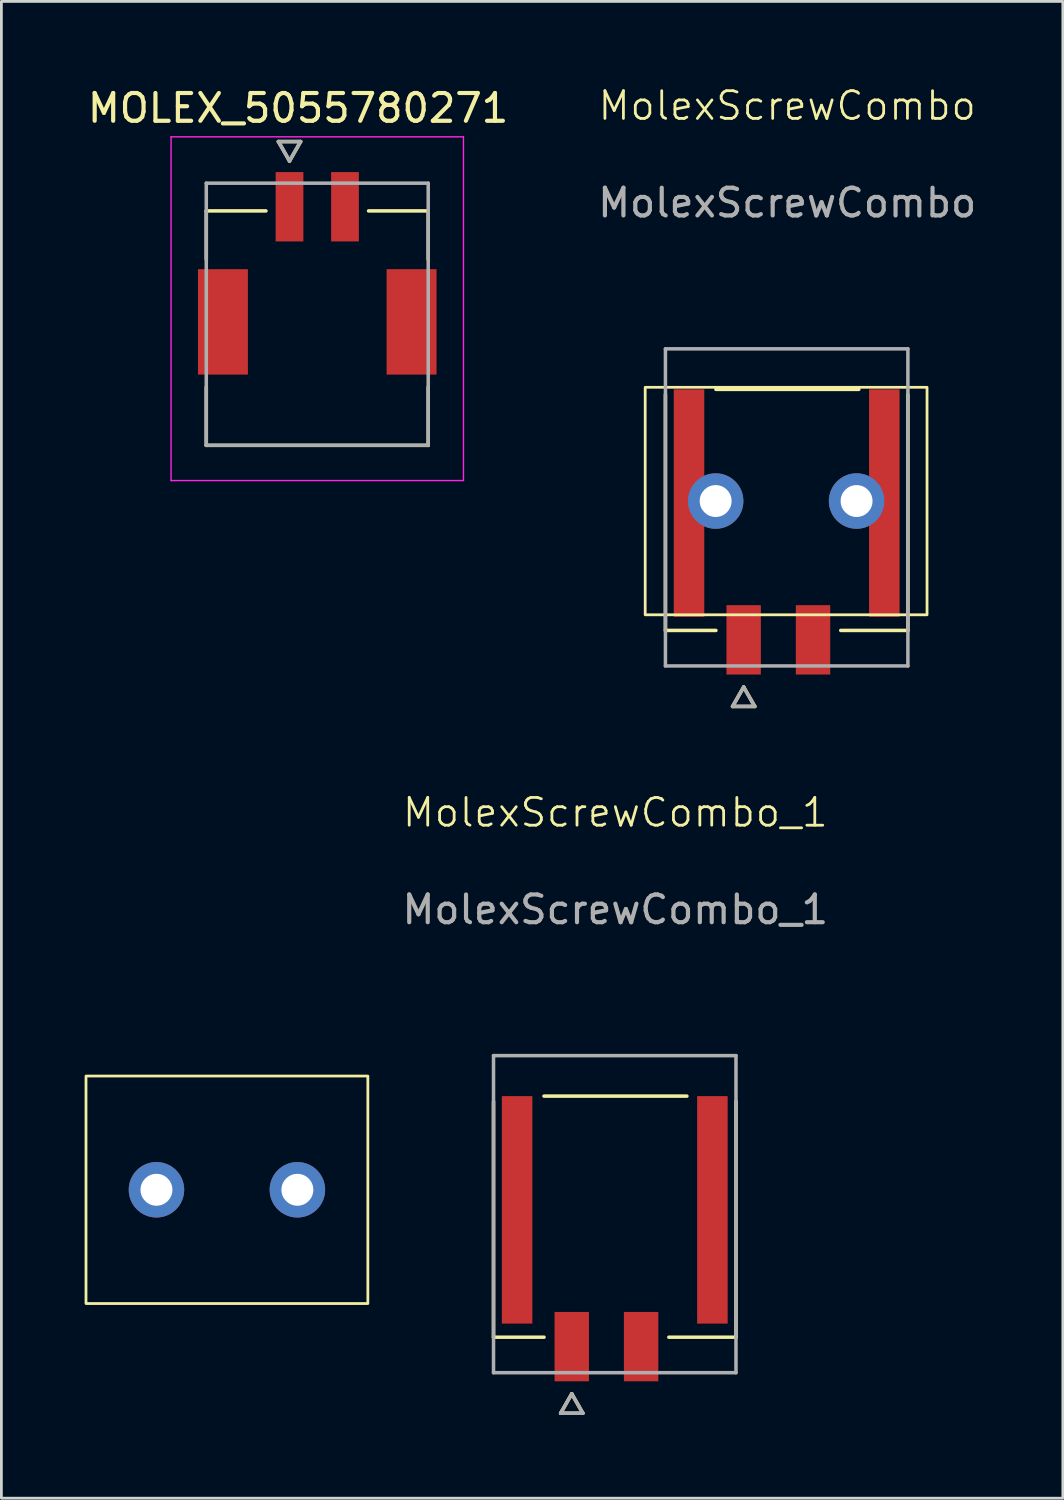
<source format=kicad_pcb>
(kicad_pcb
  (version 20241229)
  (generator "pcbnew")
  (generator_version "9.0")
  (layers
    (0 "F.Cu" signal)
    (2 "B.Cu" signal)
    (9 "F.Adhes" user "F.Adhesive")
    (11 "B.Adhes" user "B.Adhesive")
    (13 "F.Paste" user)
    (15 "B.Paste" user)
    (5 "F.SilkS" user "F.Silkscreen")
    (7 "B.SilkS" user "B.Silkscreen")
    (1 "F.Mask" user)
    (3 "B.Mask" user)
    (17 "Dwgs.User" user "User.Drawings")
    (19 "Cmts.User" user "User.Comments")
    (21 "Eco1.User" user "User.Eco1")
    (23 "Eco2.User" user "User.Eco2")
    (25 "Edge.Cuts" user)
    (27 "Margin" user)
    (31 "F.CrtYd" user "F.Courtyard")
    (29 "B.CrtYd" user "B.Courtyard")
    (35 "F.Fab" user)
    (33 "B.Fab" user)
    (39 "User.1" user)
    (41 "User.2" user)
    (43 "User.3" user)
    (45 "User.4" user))
  (footprint "MOLEX_5055780271"
    (layer "F.Cu")
    (at 8.386 8.278)
    (property "Reference" "MOLEX_5055780271" (at -0.69 -7.43 0) (layer "F.SilkS") (effects (font (size 1 1) (thickness 0.15))))
    (attr smd)
    (fp_poly (pts (xy -4.376 -1.701) (xy -2.424 -1.701) (xy -2.424 2.251) (xy -4.376 2.251)) (stroke (width 0.01) (type solid)) (fill yes) (layer "F.Mask"))
    (fp_poly (pts (xy -1.576 -5.201) (xy -0.424 -5.201) (xy -0.424 -2.549) (xy -1.576 -2.549)) (stroke (width 0.01) (type solid)) (fill yes) (layer "F.Mask"))
    (fp_poly (pts (xy 0.424 -5.201) (xy 1.576 -5.201) (xy 1.576 -2.549) (xy 0.424 -2.549)) (stroke (width 0.01) (type solid)) (fill yes) (layer "F.Mask"))
    (fp_poly (pts (xy 2.424 -1.701) (xy 4.376 -1.701) (xy 4.376 2.251) (xy 2.424 2.251)) (stroke (width 0.01) (type solid)) (fill yes) (layer "F.Mask"))
    (fp_line (start -4 -3.725) (end -4 -1.975) (stroke (width 0.127) (type solid)) (layer "F.SilkS"))
    (fp_line (start -4 4.725) (end -4 2.625) (stroke (width 0.127) (type solid)) (layer "F.SilkS"))
    (fp_line (start -1.85 -3.725) (end -4 -3.725) (stroke (width 0.127) (type solid)) (layer "F.SilkS"))
    (fp_line (start -1.4 -6.225) (end -0.6 -6.225) (stroke (width 0.127) (type solid)) (layer "F.SilkS"))
    (fp_line (start -1 -5.525) (end -1.4 -6.225) (stroke (width 0.127) (type solid)) (layer "F.SilkS"))
    (fp_line (start -0.6 -6.225) (end -1 -5.525) (stroke (width 0.127) (type solid)) (layer "F.SilkS"))
    (fp_line (start 4 -3.725) (end 1.85 -3.725) (stroke (width 0.127) (type solid)) (layer "F.SilkS"))
    (fp_line (start 4 -1.975) (end 4 -3.725) (stroke (width 0.127) (type solid)) (layer "F.SilkS"))
    (fp_line (start 4 4.725) (end -4 4.725) (stroke (width 0.127) (type solid)) (layer "F.SilkS"))
    (fp_line (start 4 4.725) (end 4 2.625) (stroke (width 0.127) (type solid)) (layer "F.SilkS"))
    (fp_line (start -5.27 -6.395) (end -5.27 5.995) (stroke (width 0.05) (type solid)) (layer "F.CrtYd"))
    (fp_line (start -5.27 -6.395) (end 5.27 -6.395) (stroke (width 0.05) (type solid)) (layer "F.CrtYd"))
    (fp_line (start -5.27 5.995) (end 5.27 5.995) (stroke (width 0.05) (type solid)) (layer "F.CrtYd"))
    (fp_line (start 5.27 5.995) (end 5.27 -6.395) (stroke (width 0.05) (type solid)) (layer "F.CrtYd"))
    (fp_line (start -4 -4.725) (end -4 4.725) (stroke (width 0.127) (type solid)) (layer "F.Fab"))
    (fp_line (start -4 4.725) (end 4 4.725) (stroke (width 0.127) (type solid)) (layer "F.Fab"))
    (fp_line (start -1.4 -6.225) (end -0.6 -6.225) (stroke (width 0.127) (type solid)) (layer "F.Fab"))
    (fp_line (start -1 -5.525) (end -1.4 -6.225) (stroke (width 0.127) (type solid)) (layer "F.Fab"))
    (fp_line (start -0.6 -6.225) (end -1 -5.525) (stroke (width 0.127) (type solid)) (layer "F.Fab"))
    (fp_line (start 4 -4.725) (end -4 -4.725) (stroke (width 0.127) (type solid)) (layer "F.Fab"))
    (fp_line (start 4 4.725) (end 4 -4.725) (stroke (width 0.127) (type solid)) (layer "F.Fab"))
    (pad "1" smd rect (at -1 -3.875) (size 1 2.5) (layers "F.Cu" "F.Paste"))
    (pad "2" smd rect (at 1 -3.875) (size 1 2.5) (layers "F.Cu" "F.Paste"))
    (pad "S1" smd rect (at -3.4 0.275) (size 1.8 3.8) (layers "F.Cu" "F.Paste"))
    (pad "S2" smd rect (at 3.4 0.275) (size 1.8 3.8) (layers "F.Cu" "F.Paste")))
  (footprint "MolexScrewCombo_1"
    (layer "F.Cu")
    (at 19.13 40.738)
    (property "Reference" "MolexScrewCombo_1" (at 0 -14.5 0) (unlocked yes) (layer "F.SilkS") (effects (font (size 1 1) (thickness 0.1))))
    (attr smd)
    (fp_rect (start -4.166 -4.352) (end -2.914 4) (stroke (width 0.01) (type solid)) (fill yes) (layer "F.Mask"))
    (fp_rect (start -2.266 3.428) (end -0.874 6.08) (stroke (width 0.01) (type solid)) (fill yes) (layer "F.Mask"))
    (fp_rect (start 0.234 3.428) (end 1.626 6.08) (stroke (width 0.01) (type solid)) (fill yes) (layer "F.Mask"))
    (fp_rect (start 3.374 -4.352) (end 4.126 4) (stroke (width 0.01) (type solid)) (fill yes) (layer "F.Mask"))
    (fp_line (start -4.39 4.414) (end -4.39 -4.085) (stroke (width 0.127) (type solid)) (layer "F.SilkS"))
    (fp_line (start -2.57 -4.276) (end 2.58 -4.276) (stroke (width 0.127) (type solid)) (layer "F.SilkS"))
    (fp_line (start -2.57 4.414) (end -4.39 4.414) (stroke (width 0.127) (type solid)) (layer "F.SilkS"))
    (fp_line (start -1.97 7.154) (end -1.17 7.154) (stroke (width 0.127) (type solid)) (layer "F.SilkS"))
    (fp_line (start -1.57 6.454) (end -1.97 7.154) (stroke (width 0.127) (type solid)) (layer "F.SilkS"))
    (fp_line (start -1.17 7.154) (end -1.57 6.454) (stroke (width 0.127) (type solid)) (layer "F.SilkS"))
    (fp_line (start 4.35 4.414) (end 1.93 4.414) (stroke (width 0.127) (type solid)) (layer "F.SilkS"))
    (fp_line (start 4.35 4.414) (end 4.35 -4.085) (stroke (width 0.127) (type solid)) (layer "F.SilkS"))
    (fp_rect (start -19.08 -5) (end -8.92 3.2) (stroke (width 0.1) (type default)) (fill no) (layer "F.SilkS"))
    (fp_line (start -4.39 -5.736) (end 4.35 -5.736) (stroke (width 0.127) (type solid)) (layer "F.Fab"))
    (fp_line (start -4.39 5.694) (end -4.39 -5.736) (stroke (width 0.127) (type solid)) (layer "F.Fab"))
    (fp_line (start -1.97 7.154) (end -1.17 7.154) (stroke (width 0.127) (type solid)) (layer "F.Fab"))
    (fp_line (start -1.57 6.454) (end -1.97 7.154) (stroke (width 0.127) (type solid)) (layer "F.Fab"))
    (fp_line (start -1.17 7.154) (end -1.57 6.454) (stroke (width 0.127) (type solid)) (layer "F.Fab"))
    (fp_line (start 4.35 -5.736) (end 4.35 5.694) (stroke (width 0.127) (type solid)) (layer "F.Fab"))
    (fp_line (start 4.35 5.694) (end -4.39 5.694) (stroke (width 0.127) (type solid)) (layer "F.Fab"))
    (fp_text user "${REFERENCE}" (at 0 -11 0) (unlocked yes) (layer "F.Fab") (effects (font (size 1 1) (thickness 0.15))))
    (pad "1" thru_hole circle (at -16.54 -0.9) (size 2 2) (drill 1.15) (layers "*.Cu" "*.Mask"))
    (pad "1" smd rect (at -1.57 4.754 180) (size 1.24 2.5) (layers "F.Cu" "F.Paste"))
    (pad "2" thru_hole circle (at -11.46 -0.9) (size 2 2) (drill 1.15) (layers "*.Cu" "*.Mask"))
    (pad "2" smd rect (at 0.93 4.754 180) (size 1.24 2.5) (layers "F.Cu" "F.Paste"))
    (pad "S1" smd rect (at 3.5 -0.176 180) (size 1.1 8.2) (layers "F.Cu" "F.Paste"))
    (pad "S2" smd rect (at -3.54 -0.176 180) (size 1.1 8.2) (layers "F.Cu" "F.Paste")))
  (footprint "MolexScrewCombo"
    (layer "F.Cu")
    (at 25.327 15.261)
    (property "Reference" "MolexScrewCombo" (at 0 -14.5 0) (unlocked yes) (layer "F.SilkS") (effects (font (size 1 1) (thickness 0.1))))
    (attr smd)
    (fp_rect (start -4.166 -4.352) (end -3.664 4) (stroke (width 0.01) (type solid)) (fill yes) (layer "F.Mask"))
    (fp_rect (start -4.092 0.948) (end -2.91 4) (stroke (width 0.01) (type solid)) (fill yes) (layer "F.Mask"))
    (fp_rect (start -4.072 -4.3) (end -2.93 -1.348) (stroke (width 0.01) (type solid)) (fill yes) (layer "F.Mask"))
    (fp_rect (start -2.266 3.428) (end -0.874 6.08) (stroke (width 0.01) (type solid)) (fill yes) (layer "F.Mask"))
    (fp_rect (start 0.234 3.428) (end 1.626 6.08) (stroke (width 0.01) (type solid)) (fill yes) (layer "F.Mask"))
    (fp_rect (start 2.868 0.944) (end 4.09 3.996) (stroke (width 0.01) (type solid)) (fill yes) (layer "F.Mask"))
    (fp_rect (start 2.878 -4.346) (end 4.09 -1.294) (stroke (width 0.01) (type solid)) (fill yes) (layer "F.Mask"))
    (fp_rect (start 3.624 -4.352) (end 4.126 4) (stroke (width 0.01) (type solid)) (fill yes) (layer "F.Mask"))
    (fp_line (start -4.39 4.414) (end -4.39 -4.085) (stroke (width 0.127) (type solid)) (layer "F.SilkS"))
    (fp_line (start -2.57 -4.276) (end 2.58 -4.276) (stroke (width 0.127) (type solid)) (layer "F.SilkS"))
    (fp_line (start -2.57 4.414) (end -4.39 4.414) (stroke (width 0.127) (type solid)) (layer "F.SilkS"))
    (fp_line (start -1.97 7.154) (end -1.17 7.154) (stroke (width 0.127) (type solid)) (layer "F.SilkS"))
    (fp_line (start -1.57 6.454) (end -1.97 7.154) (stroke (width 0.127) (type solid)) (layer "F.SilkS"))
    (fp_line (start -1.17 7.154) (end -1.57 6.454) (stroke (width 0.127) (type solid)) (layer "F.SilkS"))
    (fp_line (start 4.35 4.414) (end 1.93 4.414) (stroke (width 0.127) (type solid)) (layer "F.SilkS"))
    (fp_line (start 4.35 4.414) (end 4.35 -4.085) (stroke (width 0.127) (type solid)) (layer "F.SilkS"))
    (fp_rect (start -5.12 -4.35) (end 5.04 3.85) (stroke (width 0.1) (type default)) (fill no) (layer "F.SilkS"))
    (fp_line (start -4.39 -5.736) (end 4.35 -5.736) (stroke (width 0.127) (type solid)) (layer "F.Fab"))
    (fp_line (start -4.39 5.694) (end -4.39 -5.736) (stroke (width 0.127) (type solid)) (layer "F.Fab"))
    (fp_line (start -1.97 7.154) (end -1.17 7.154) (stroke (width 0.127) (type solid)) (layer "F.Fab"))
    (fp_line (start -1.57 6.454) (end -1.97 7.154) (stroke (width 0.127) (type solid)) (layer "F.Fab"))
    (fp_line (start -1.17 7.154) (end -1.57 6.454) (stroke (width 0.127) (type solid)) (layer "F.Fab"))
    (fp_line (start 4.35 -5.736) (end 4.35 5.694) (stroke (width 0.127) (type solid)) (layer "F.Fab"))
    (fp_line (start 4.35 5.694) (end -4.39 5.694) (stroke (width 0.127) (type solid)) (layer "F.Fab"))
    (fp_text user "${REFERENCE}" (at 0 -11 0) (unlocked yes) (layer "F.Fab") (effects (font (size 1 1) (thickness 0.15))))
    (pad "1" thru_hole circle (at -2.58 -0.25) (size 2 2) (drill 1.15) (layers "*.Cu" "*.Mask"))
    (pad "1" smd rect (at -1.57 4.754 180) (size 1.24 2.5) (layers "F.Cu" "F.Paste"))
    (pad "2" smd rect (at 0.93 4.754 180) (size 1.24 2.5) (layers "F.Cu" "F.Paste"))
    (pad "2" thru_hole circle (at 2.5 -0.25) (size 2 2) (drill 1.15) (layers "*.Cu" "*.Mask"))
    (pad "S1" smd rect (at 3.5 -0.176 180) (size 1.1 8.2) (layers "F.Cu" "F.Paste"))
    (pad "S2" smd rect (at -3.54 -0.176 180) (size 1.1 8.2) (layers "F.Cu" "F.Paste")))
  (gr_rect
    (start -3 -3)
    (end 35.262 50.956)
    (stroke (width 0.1) (type default))
    (fill no)
    (layer "Edge.Cuts")))
</source>
